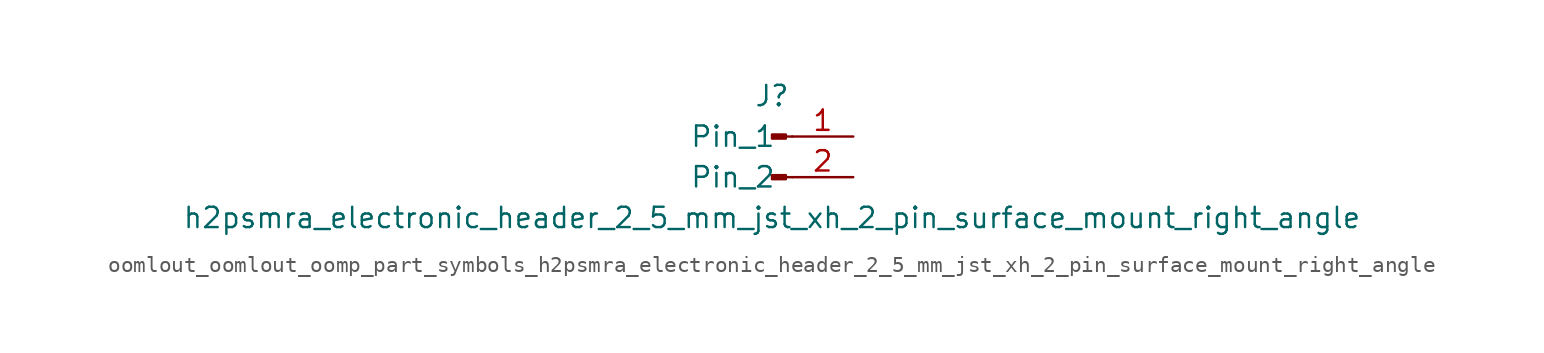
<source format=kicad_sym>
(kicad_symbol_lib
  (version 20220914)
  (generator kicad_symbol_editor)
  (symbol "oomlout_oomlout_oomp_part_symbols_h2psmra_electronic_header_2_5_mm_jst_xh_2_pin_surface_mount_right_angle"
    (pin_names
      (offset 1.016))
    (property "Reference" "J"
      (at 0 2.54 0)
      (effects (font (size 1.27 1.27))))
    (property "Value" "h2psmra_electronic_header_2_5_mm_jst_xh_2_pin_surface_mount_right_angle"
      (at 0 -5.08 0)
      (effects (font (size 1.27 1.27))))
    (property "ki_locked" ""
      (at 0 0 0)
      (effects (font (size 1.27 1.27))))
    (symbol "oomlout_oomlout_oomp_part_symbols_h2psmra_electronic_header_2_5_mm_jst_xh_2_pin_surface_mount_right_angle_1_1"
      (polyline (pts (xy 1.27 -2.54) (xy 0.864 -2.54)) (stroke (width 0.152) (type default)) (fill (type none)))
      (polyline (pts (xy 1.27 0) (xy 0.864 0)) (stroke (width 0.152) (type default)) (fill (type none)))
      (rectangle (start 0.864 -2.413) (end 0 -2.667) (stroke (width 0.152) (type default)) (fill (type outline)))
      (rectangle (start 0.864 0.127) (end 0 -0.127) (stroke (width 0.152) (type default)) (fill (type outline)))
      (pin passive line (at 5.08 0 180) (length 3.81) (name "Pin_1" (effects (font (size 1.27 1.27)))) (number "1" (effects (font (size 1.27 1.27)))))
      (pin passive line (at 5.08 -2.54 180) (length 3.81) (name "Pin_2" (effects (font (size 1.27 1.27)))) (number "2" (effects (font (size 1.27 1.27))))))))
</source>
